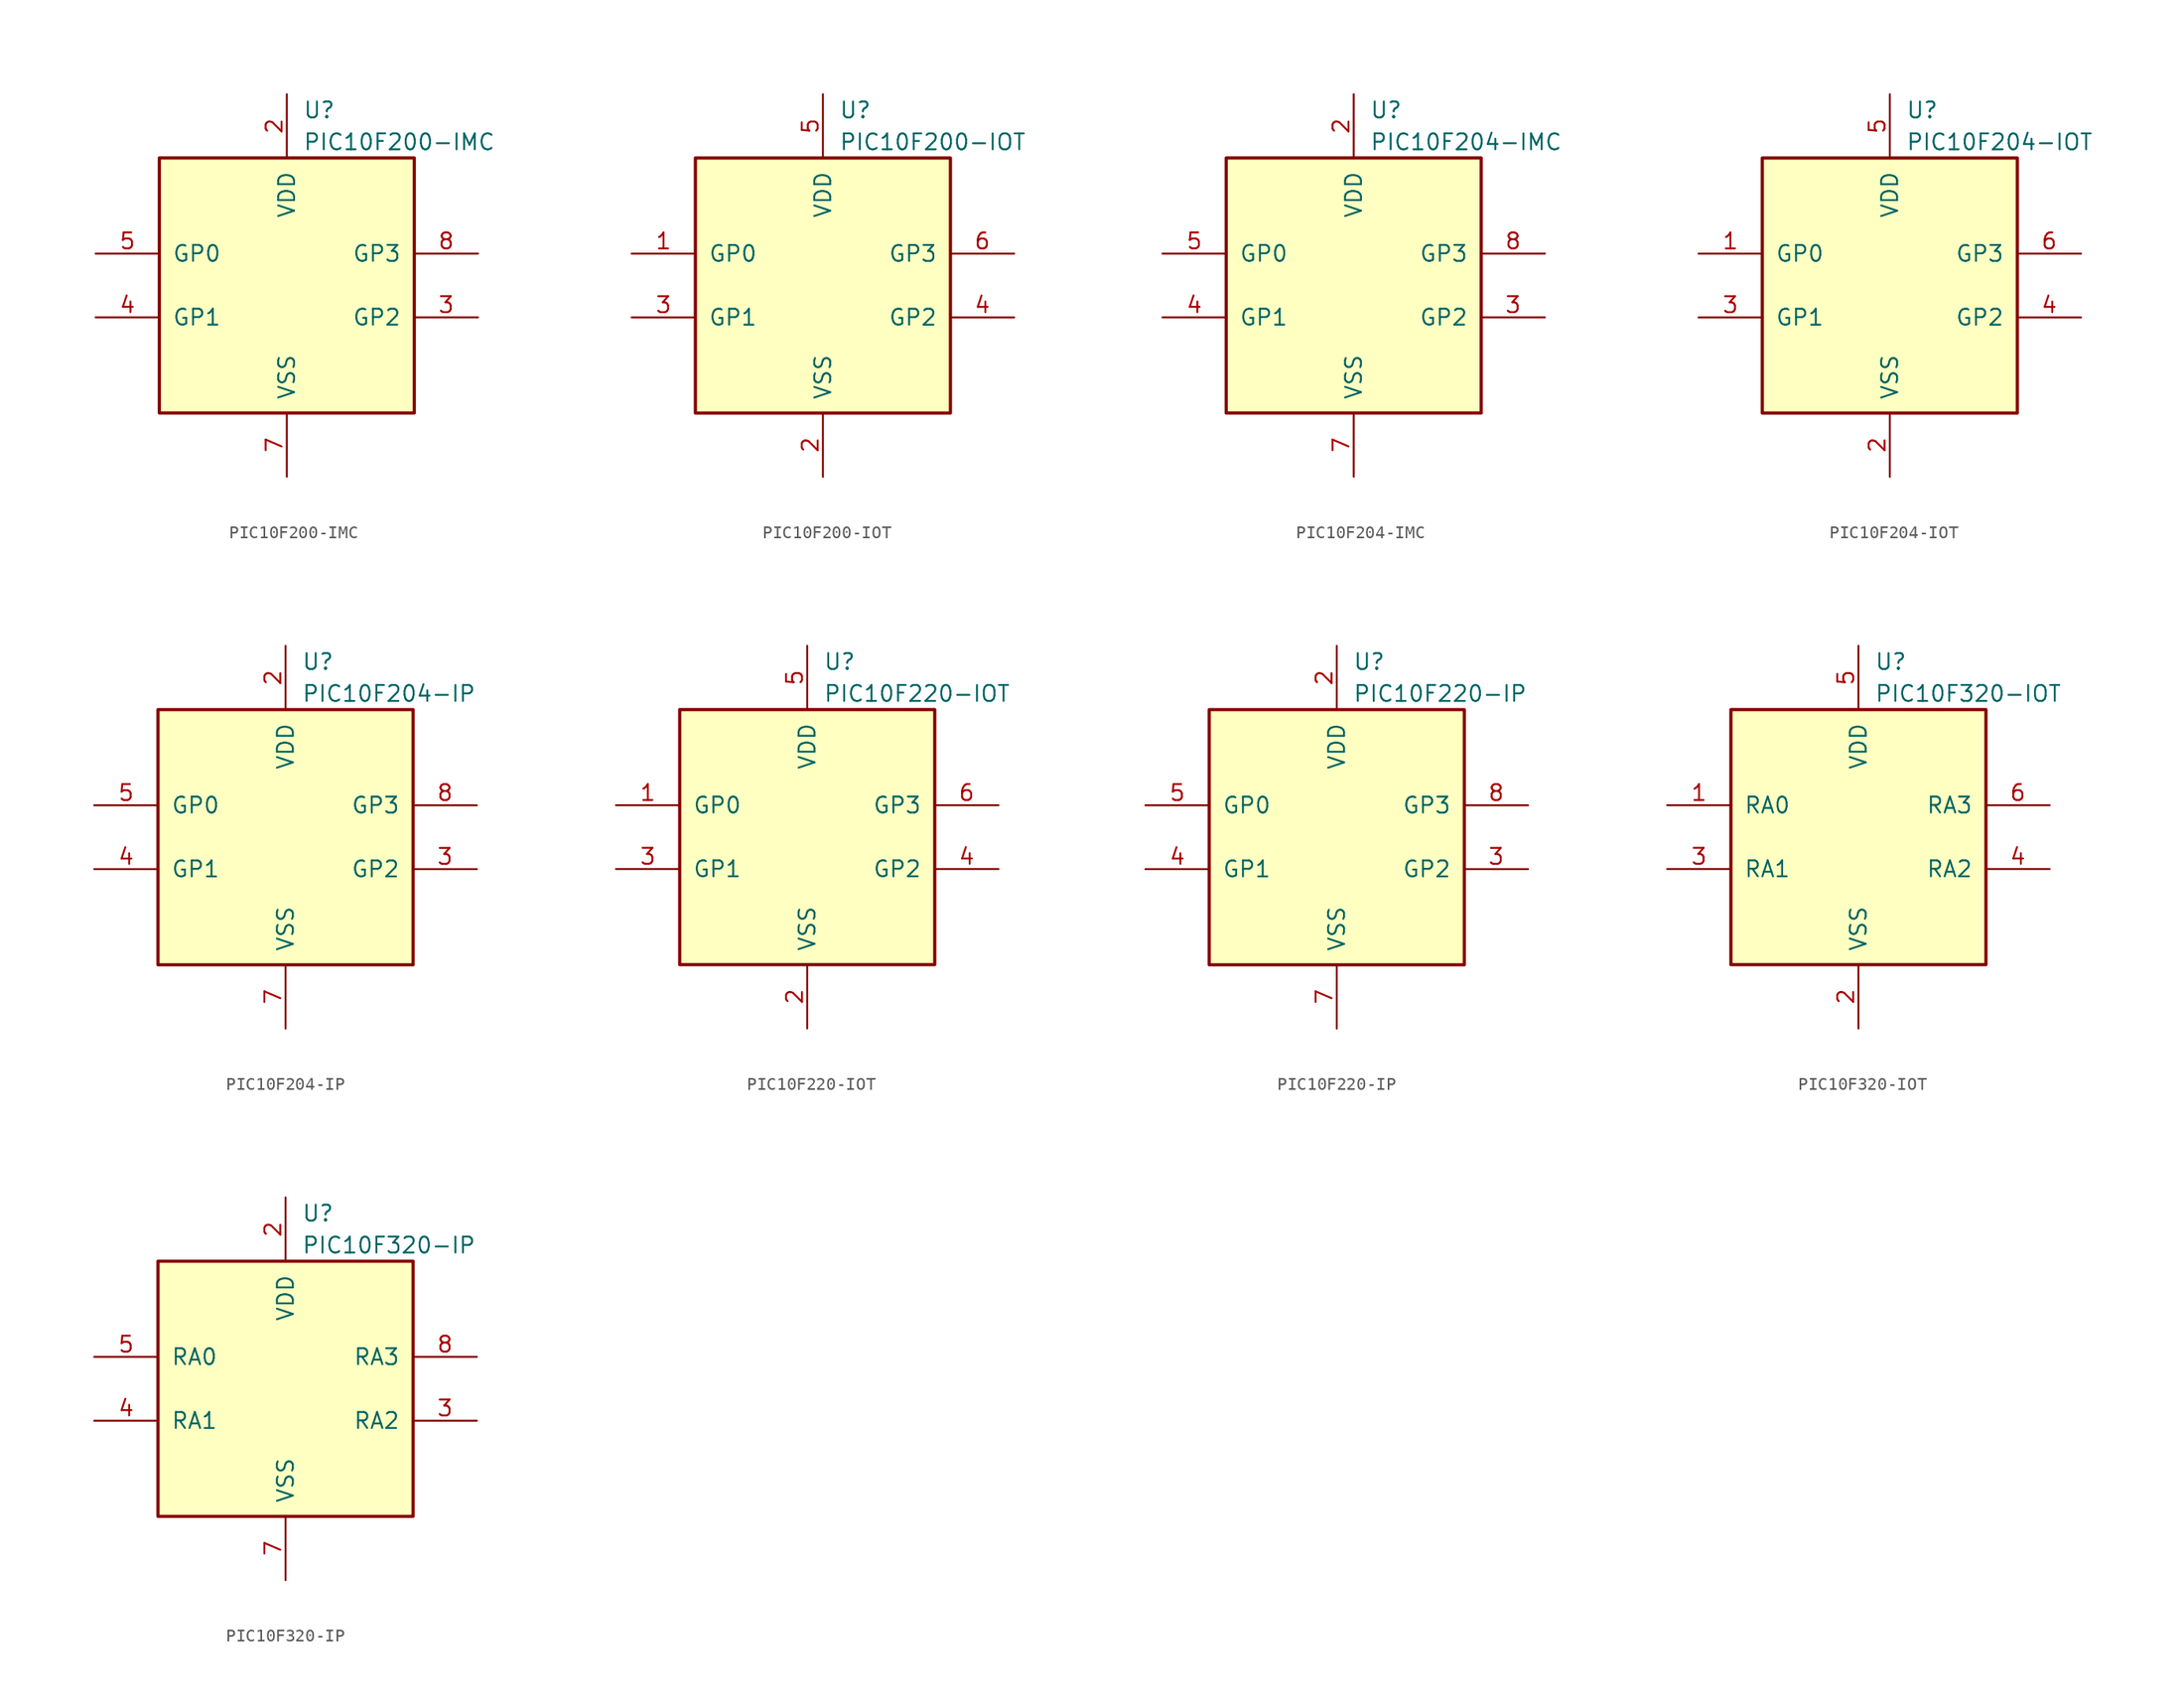
<source format=kicad_sym>
(kicad_symbol_lib
  (version 20241209)
  (generator "kicad_symbol_editor")
  (generator_version "9.0")
  (symbol "PIC10F200-IMC"
    (pin_names
      (offset 1.016))
    (property "Reference" "U"
      (at 1.27 13.97 0)
      (effects (font (size 1.27 1.27)) (justify left)))
    (property "Value" "PIC10F200-IMC"
      (at 1.27 11.43 0)
      (effects (font (size 1.27 1.27)) (justify left)))
    (symbol "PIC10F200-IMC_0_1"
      (rectangle (start -10.16 10.16) (end 10.16 -10.16) (stroke (width 0.254) (type default)) (fill (type background))))
    (symbol "PIC10F200-IMC_1_1"
      (pin bidirectional line (at -15.24 2.54 0) (length 5.08) (name "GP0" (effects (font (size 1.27 1.27)))) (number "5" (effects (font (size 1.27 1.27)))))
      (pin bidirectional line (at -15.24 -2.54 0) (length 5.08) (name "GP1" (effects (font (size 1.27 1.27)))) (number "4" (effects (font (size 1.27 1.27)))))
      (pin power_in line (at 0 15.24 270) (length 5.08) (name "VDD" (effects (font (size 1.27 1.27)))) (number "2" (effects (font (size 1.27 1.27)))))
      (pin power_in line (at 0 -15.24 90) (length 5.08) (name "VSS" (effects (font (size 1.27 1.27)))) (number "7" (effects (font (size 1.27 1.27)))))
      (pin input line (at 15.24 2.54 180) (length 5.08) (name "GP3" (effects (font (size 1.27 1.27)))) (number "8" (effects (font (size 1.27 1.27)))))
      (pin bidirectional line (at 15.24 -2.54 180) (length 5.08) (name "GP2" (effects (font (size 1.27 1.27)))) (number "3" (effects (font (size 1.27 1.27)))))))
  (symbol "PIC10F200-IOT"
    (pin_names
      (offset 1.016))
    (property "Reference" "U"
      (at 1.27 13.97 0)
      (effects (font (size 1.27 1.27)) (justify left)))
    (property "Value" "PIC10F200-IOT"
      (at 1.27 11.43 0)
      (effects (font (size 1.27 1.27)) (justify left)))
    (symbol "PIC10F200-IOT_0_1"
      (rectangle (start -10.16 10.16) (end 10.16 -10.16) (stroke (width 0.254) (type default)) (fill (type background))))
    (symbol "PIC10F200-IOT_1_1"
      (pin bidirectional line (at -15.24 2.54 0) (length 5.08) (name "GP0" (effects (font (size 1.27 1.27)))) (number "1" (effects (font (size 1.27 1.27)))))
      (pin bidirectional line (at -15.24 -2.54 0) (length 5.08) (name "GP1" (effects (font (size 1.27 1.27)))) (number "3" (effects (font (size 1.27 1.27)))))
      (pin power_in line (at 0 15.24 270) (length 5.08) (name "VDD" (effects (font (size 1.27 1.27)))) (number "5" (effects (font (size 1.27 1.27)))))
      (pin power_in line (at 0 -15.24 90) (length 5.08) (name "VSS" (effects (font (size 1.27 1.27)))) (number "2" (effects (font (size 1.27 1.27)))))
      (pin input line (at 15.24 2.54 180) (length 5.08) (name "GP3" (effects (font (size 1.27 1.27)))) (number "6" (effects (font (size 1.27 1.27)))))
      (pin bidirectional line (at 15.24 -2.54 180) (length 5.08) (name "GP2" (effects (font (size 1.27 1.27)))) (number "4" (effects (font (size 1.27 1.27)))))))
  (symbol "PIC10F204-IMC"
    (pin_names
      (offset 1.016))
    (property "Reference" "U"
      (at 1.27 13.97 0)
      (effects (font (size 1.27 1.27)) (justify left)))
    (property "Value" "PIC10F204-IMC"
      (at 1.27 11.43 0)
      (effects (font (size 1.27 1.27)) (justify left)))
    (symbol "PIC10F204-IMC_0_1"
      (rectangle (start -10.16 10.16) (end 10.16 -10.16) (stroke (width 0.254) (type default)) (fill (type background))))
    (symbol "PIC10F204-IMC_1_1"
      (pin bidirectional line (at -15.24 2.54 0) (length 5.08) (name "GP0" (effects (font (size 1.27 1.27)))) (number "5" (effects (font (size 1.27 1.27)))))
      (pin bidirectional line (at -15.24 -2.54 0) (length 5.08) (name "GP1" (effects (font (size 1.27 1.27)))) (number "4" (effects (font (size 1.27 1.27)))))
      (pin power_in line (at 0 15.24 270) (length 5.08) (name "VDD" (effects (font (size 1.27 1.27)))) (number "2" (effects (font (size 1.27 1.27)))))
      (pin power_in line (at 0 -15.24 90) (length 5.08) (name "VSS" (effects (font (size 1.27 1.27)))) (number "7" (effects (font (size 1.27 1.27)))))
      (pin input line (at 15.24 2.54 180) (length 5.08) (name "GP3" (effects (font (size 1.27 1.27)))) (number "8" (effects (font (size 1.27 1.27)))))
      (pin bidirectional line (at 15.24 -2.54 180) (length 5.08) (name "GP2" (effects (font (size 1.27 1.27)))) (number "3" (effects (font (size 1.27 1.27)))))))
  (symbol "PIC10F204-IOT"
    (pin_names
      (offset 1.016))
    (property "Reference" "U"
      (at 1.27 13.97 0)
      (effects (font (size 1.27 1.27)) (justify left)))
    (property "Value" "PIC10F204-IOT"
      (at 1.27 11.43 0)
      (effects (font (size 1.27 1.27)) (justify left)))
    (symbol "PIC10F204-IOT_0_1"
      (rectangle (start -10.16 10.16) (end 10.16 -10.16) (stroke (width 0.254) (type default)) (fill (type background))))
    (symbol "PIC10F204-IOT_1_1"
      (pin bidirectional line (at -15.24 2.54 0) (length 5.08) (name "GP0" (effects (font (size 1.27 1.27)))) (number "1" (effects (font (size 1.27 1.27)))))
      (pin bidirectional line (at -15.24 -2.54 0) (length 5.08) (name "GP1" (effects (font (size 1.27 1.27)))) (number "3" (effects (font (size 1.27 1.27)))))
      (pin power_in line (at 0 15.24 270) (length 5.08) (name "VDD" (effects (font (size 1.27 1.27)))) (number "5" (effects (font (size 1.27 1.27)))))
      (pin power_in line (at 0 -15.24 90) (length 5.08) (name "VSS" (effects (font (size 1.27 1.27)))) (number "2" (effects (font (size 1.27 1.27)))))
      (pin input line (at 15.24 2.54 180) (length 5.08) (name "GP3" (effects (font (size 1.27 1.27)))) (number "6" (effects (font (size 1.27 1.27)))))
      (pin bidirectional line (at 15.24 -2.54 180) (length 5.08) (name "GP2" (effects (font (size 1.27 1.27)))) (number "4" (effects (font (size 1.27 1.27)))))))
  (symbol "PIC10F204-IP"
    (pin_names
      (offset 1.016))
    (property "Reference" "U"
      (at 1.27 13.97 0)
      (effects (font (size 1.27 1.27)) (justify left)))
    (property "Value" "PIC10F204-IP"
      (at 1.27 11.43 0)
      (effects (font (size 1.27 1.27)) (justify left)))
    (symbol "PIC10F204-IP_0_1"
      (rectangle (start -10.16 10.16) (end 10.16 -10.16) (stroke (width 0.254) (type default)) (fill (type background))))
    (symbol "PIC10F204-IP_1_1"
      (pin bidirectional line (at -15.24 2.54 0) (length 5.08) (name "GP0" (effects (font (size 1.27 1.27)))) (number "5" (effects (font (size 1.27 1.27)))))
      (pin bidirectional line (at -15.24 -2.54 0) (length 5.08) (name "GP1" (effects (font (size 1.27 1.27)))) (number "4" (effects (font (size 1.27 1.27)))))
      (pin power_in line (at 0 15.24 270) (length 5.08) (name "VDD" (effects (font (size 1.27 1.27)))) (number "2" (effects (font (size 1.27 1.27)))))
      (pin power_in line (at 0 -15.24 90) (length 5.08) (name "VSS" (effects (font (size 1.27 1.27)))) (number "7" (effects (font (size 1.27 1.27)))))
      (pin input line (at 15.24 2.54 180) (length 5.08) (name "GP3" (effects (font (size 1.27 1.27)))) (number "8" (effects (font (size 1.27 1.27)))))
      (pin bidirectional line (at 15.24 -2.54 180) (length 5.08) (name "GP2" (effects (font (size 1.27 1.27)))) (number "3" (effects (font (size 1.27 1.27)))))))
  (symbol "PIC10F220-IOT"
    (pin_names
      (offset 1.016))
    (property "Reference" "U"
      (at 1.27 13.97 0)
      (effects (font (size 1.27 1.27)) (justify left)))
    (property "Value" "PIC10F220-IOT"
      (at 1.27 11.43 0)
      (effects (font (size 1.27 1.27)) (justify left)))
    (symbol "PIC10F220-IOT_0_1"
      (rectangle (start -10.16 10.16) (end 10.16 -10.16) (stroke (width 0.254) (type default)) (fill (type background))))
    (symbol "PIC10F220-IOT_1_1"
      (pin bidirectional line (at -15.24 2.54 0) (length 5.08) (name "GP0" (effects (font (size 1.27 1.27)))) (number "1" (effects (font (size 1.27 1.27)))))
      (pin bidirectional line (at -15.24 -2.54 0) (length 5.08) (name "GP1" (effects (font (size 1.27 1.27)))) (number "3" (effects (font (size 1.27 1.27)))))
      (pin power_in line (at 0 15.24 270) (length 5.08) (name "VDD" (effects (font (size 1.27 1.27)))) (number "5" (effects (font (size 1.27 1.27)))))
      (pin power_in line (at 0 -15.24 90) (length 5.08) (name "VSS" (effects (font (size 1.27 1.27)))) (number "2" (effects (font (size 1.27 1.27)))))
      (pin input line (at 15.24 2.54 180) (length 5.08) (name "GP3" (effects (font (size 1.27 1.27)))) (number "6" (effects (font (size 1.27 1.27)))))
      (pin bidirectional line (at 15.24 -2.54 180) (length 5.08) (name "GP2" (effects (font (size 1.27 1.27)))) (number "4" (effects (font (size 1.27 1.27)))))))
  (symbol "PIC10F220-IP"
    (pin_names
      (offset 1.016))
    (property "Reference" "U"
      (at 1.27 13.97 0)
      (effects (font (size 1.27 1.27)) (justify left)))
    (property "Value" "PIC10F220-IP"
      (at 1.27 11.43 0)
      (effects (font (size 1.27 1.27)) (justify left)))
    (symbol "PIC10F220-IP_0_1"
      (rectangle (start -10.16 10.16) (end 10.16 -10.16) (stroke (width 0.254) (type default)) (fill (type background))))
    (symbol "PIC10F220-IP_1_1"
      (pin bidirectional line (at -15.24 2.54 0) (length 5.08) (name "GP0" (effects (font (size 1.27 1.27)))) (number "5" (effects (font (size 1.27 1.27)))))
      (pin bidirectional line (at -15.24 -2.54 0) (length 5.08) (name "GP1" (effects (font (size 1.27 1.27)))) (number "4" (effects (font (size 1.27 1.27)))))
      (pin power_in line (at 0 15.24 270) (length 5.08) (name "VDD" (effects (font (size 1.27 1.27)))) (number "2" (effects (font (size 1.27 1.27)))))
      (pin power_in line (at 0 -15.24 90) (length 5.08) (name "VSS" (effects (font (size 1.27 1.27)))) (number "7" (effects (font (size 1.27 1.27)))))
      (pin input line (at 15.24 2.54 180) (length 5.08) (name "GP3" (effects (font (size 1.27 1.27)))) (number "8" (effects (font (size 1.27 1.27)))))
      (pin bidirectional line (at 15.24 -2.54 180) (length 5.08) (name "GP2" (effects (font (size 1.27 1.27)))) (number "3" (effects (font (size 1.27 1.27)))))))
  (symbol "PIC10F320-IOT"
    (pin_names
      (offset 1.016))
    (property "Reference" "U"
      (at 1.27 13.97 0)
      (effects (font (size 1.27 1.27)) (justify left)))
    (property "Value" "PIC10F320-IOT"
      (at 1.27 11.43 0)
      (effects (font (size 1.27 1.27)) (justify left)))
    (symbol "PIC10F320-IOT_0_1"
      (rectangle (start -10.16 10.16) (end 10.16 -10.16) (stroke (width 0.254) (type default)) (fill (type background))))
    (symbol "PIC10F320-IOT_1_1"
      (pin bidirectional line (at -15.24 2.54 0) (length 5.08) (name "RA0" (effects (font (size 1.27 1.27)))) (number "1" (effects (font (size 1.27 1.27)))))
      (pin bidirectional line (at -15.24 -2.54 0) (length 5.08) (name "RA1" (effects (font (size 1.27 1.27)))) (number "3" (effects (font (size 1.27 1.27)))))
      (pin power_in line (at 0 15.24 270) (length 5.08) (name "VDD" (effects (font (size 1.27 1.27)))) (number "5" (effects (font (size 1.27 1.27)))))
      (pin power_in line (at 0 -15.24 90) (length 5.08) (name "VSS" (effects (font (size 1.27 1.27)))) (number "2" (effects (font (size 1.27 1.27)))))
      (pin input line (at 15.24 2.54 180) (length 5.08) (name "RA3" (effects (font (size 1.27 1.27)))) (number "6" (effects (font (size 1.27 1.27)))))
      (pin bidirectional line (at 15.24 -2.54 180) (length 5.08) (name "RA2" (effects (font (size 1.27 1.27)))) (number "4" (effects (font (size 1.27 1.27)))))))
  (symbol "PIC10F320-IP"
    (pin_names
      (offset 1.016))
    (property "Reference" "U"
      (at 1.27 13.97 0)
      (effects (font (size 1.27 1.27)) (justify left)))
    (property "Value" "PIC10F320-IP"
      (at 1.27 11.43 0)
      (effects (font (size 1.27 1.27)) (justify left)))
    (symbol "PIC10F320-IP_0_1"
      (rectangle (start -10.16 10.16) (end 10.16 -10.16) (stroke (width 0.254) (type default)) (fill (type background))))
    (symbol "PIC10F320-IP_1_1"
      (pin bidirectional line (at -15.24 2.54 0) (length 5.08) (name "RA0" (effects (font (size 1.27 1.27)))) (number "5" (effects (font (size 1.27 1.27)))))
      (pin bidirectional line (at -15.24 -2.54 0) (length 5.08) (name "RA1" (effects (font (size 1.27 1.27)))) (number "4" (effects (font (size 1.27 1.27)))))
      (pin power_in line (at 0 15.24 270) (length 5.08) (name "VDD" (effects (font (size 1.27 1.27)))) (number "2" (effects (font (size 1.27 1.27)))))
      (pin power_in line (at 0 -15.24 90) (length 5.08) (name "VSS" (effects (font (size 1.27 1.27)))) (number "7" (effects (font (size 1.27 1.27)))))
      (pin input line (at 15.24 2.54 180) (length 5.08) (name "RA3" (effects (font (size 1.27 1.27)))) (number "8" (effects (font (size 1.27 1.27)))))
      (pin bidirectional line (at 15.24 -2.54 180) (length 5.08) (name "RA2" (effects (font (size 1.27 1.27)))) (number "3" (effects (font (size 1.27 1.27))))))))
</source>
